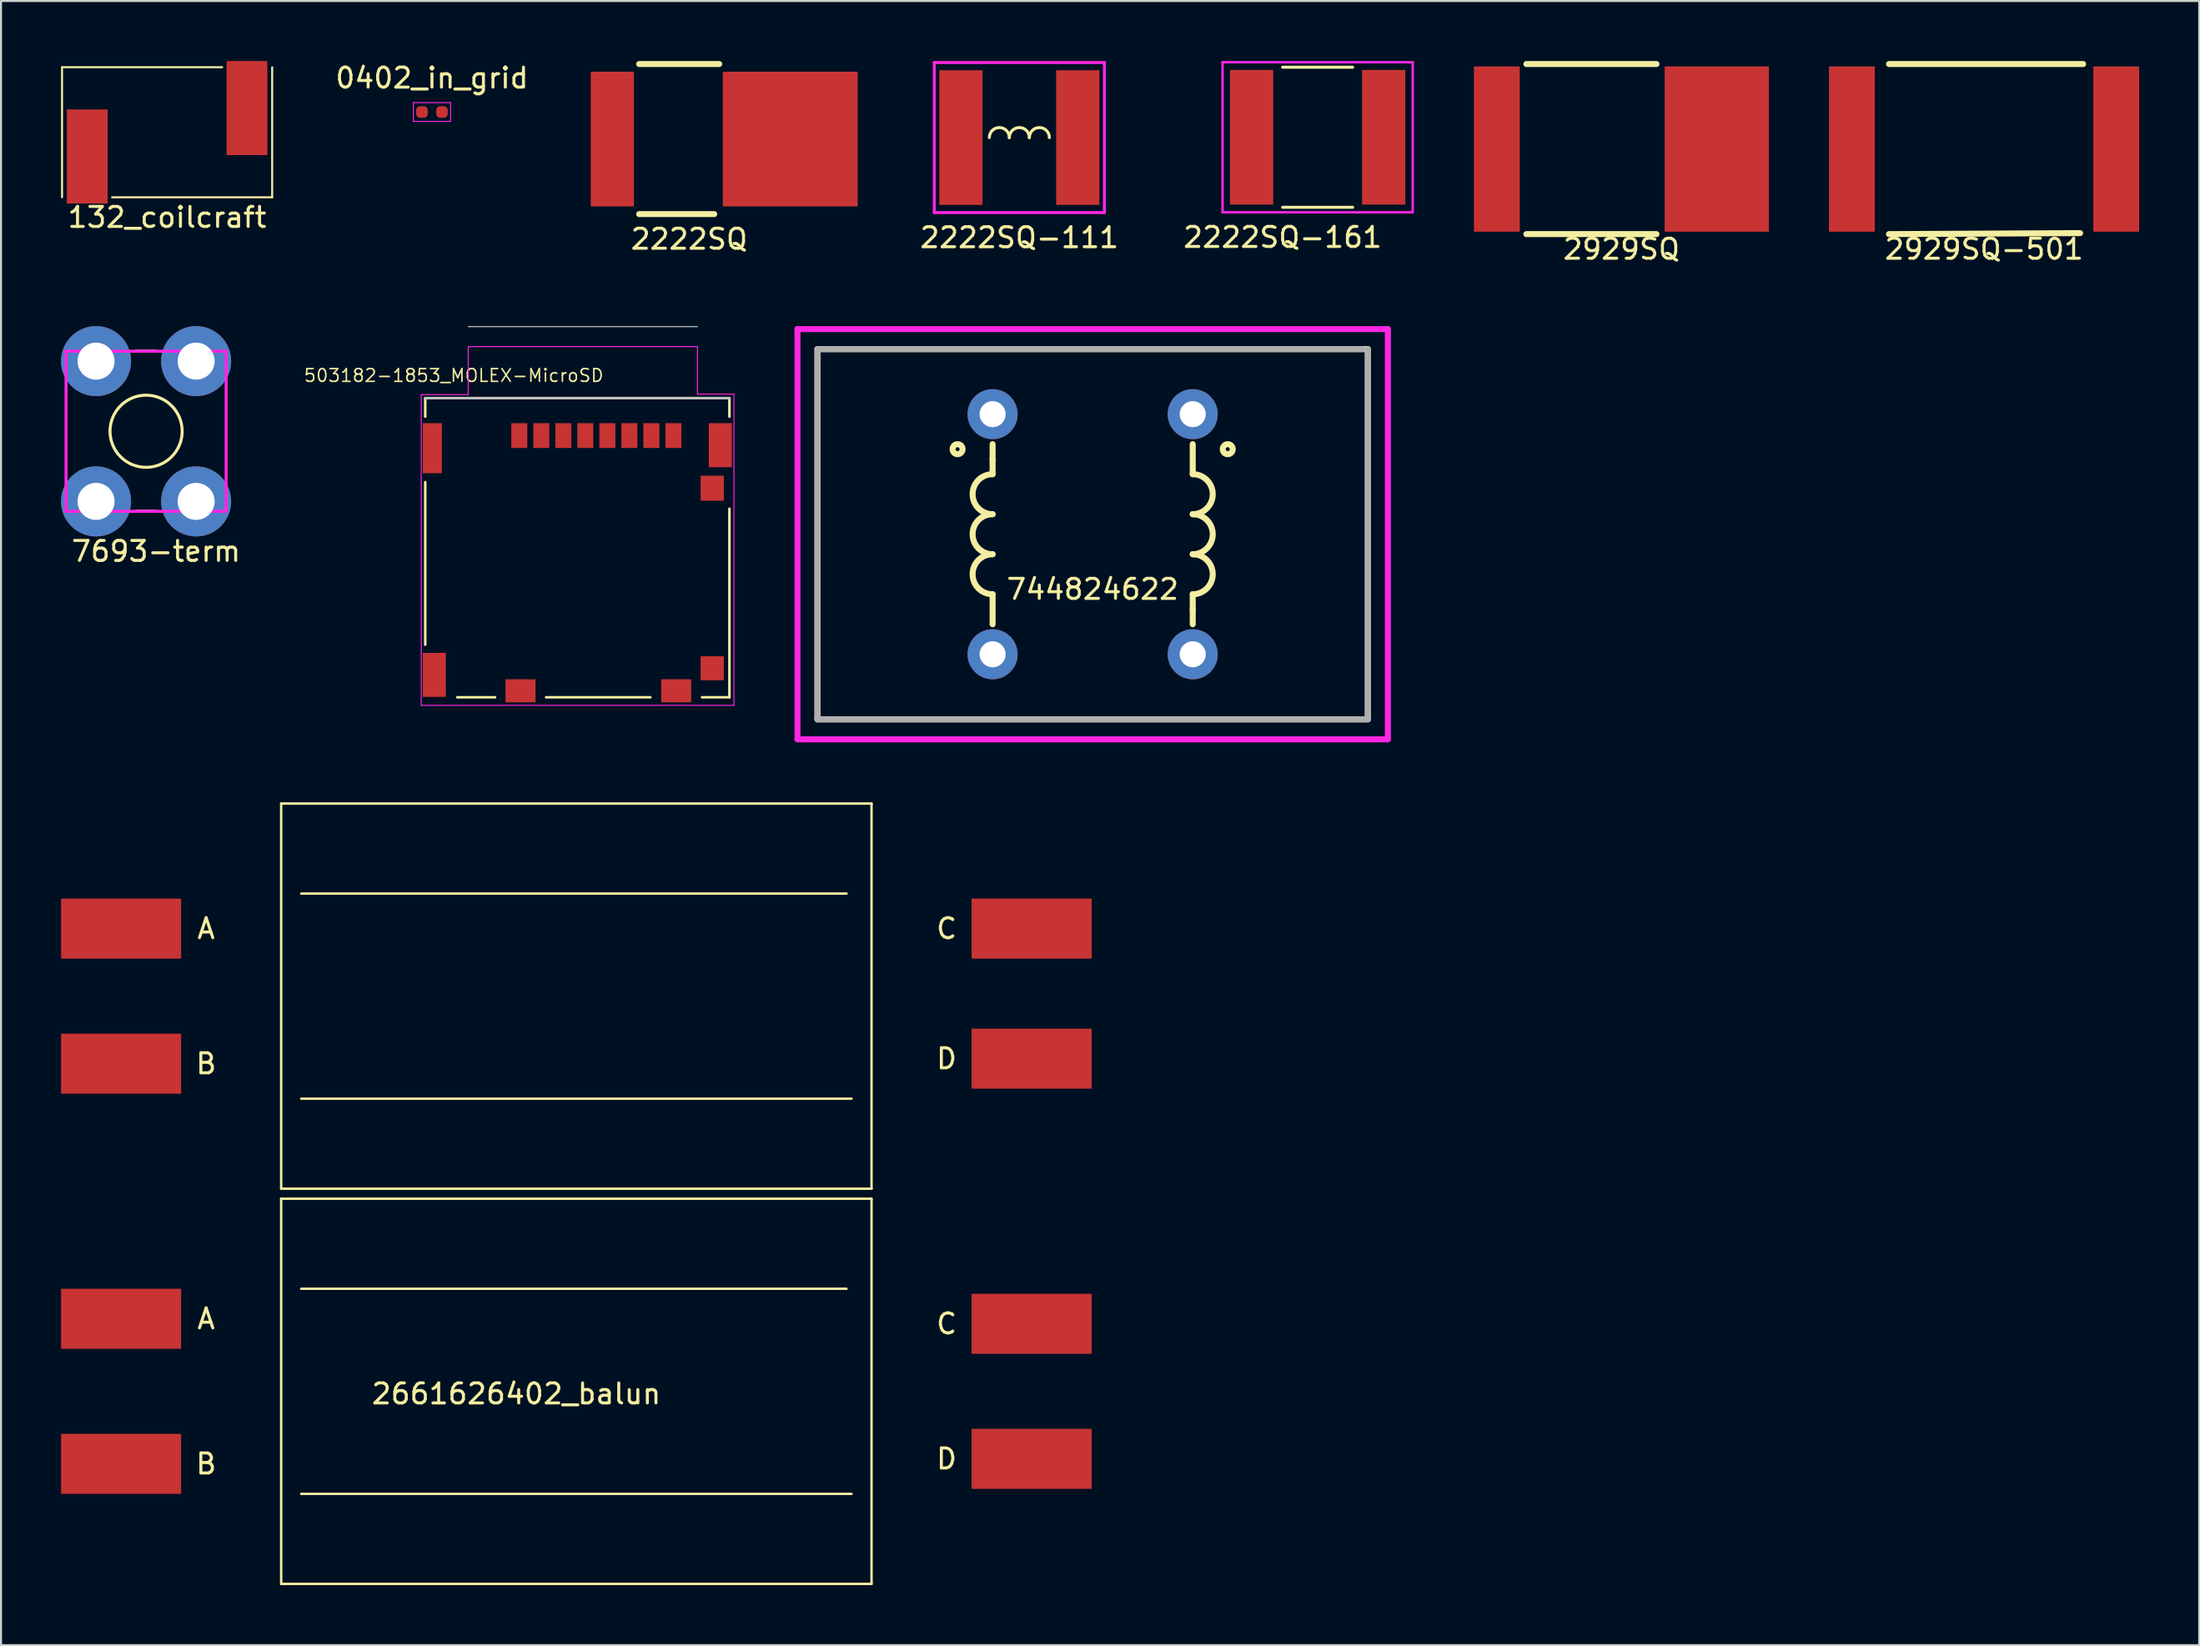
<source format=kicad_pcb>
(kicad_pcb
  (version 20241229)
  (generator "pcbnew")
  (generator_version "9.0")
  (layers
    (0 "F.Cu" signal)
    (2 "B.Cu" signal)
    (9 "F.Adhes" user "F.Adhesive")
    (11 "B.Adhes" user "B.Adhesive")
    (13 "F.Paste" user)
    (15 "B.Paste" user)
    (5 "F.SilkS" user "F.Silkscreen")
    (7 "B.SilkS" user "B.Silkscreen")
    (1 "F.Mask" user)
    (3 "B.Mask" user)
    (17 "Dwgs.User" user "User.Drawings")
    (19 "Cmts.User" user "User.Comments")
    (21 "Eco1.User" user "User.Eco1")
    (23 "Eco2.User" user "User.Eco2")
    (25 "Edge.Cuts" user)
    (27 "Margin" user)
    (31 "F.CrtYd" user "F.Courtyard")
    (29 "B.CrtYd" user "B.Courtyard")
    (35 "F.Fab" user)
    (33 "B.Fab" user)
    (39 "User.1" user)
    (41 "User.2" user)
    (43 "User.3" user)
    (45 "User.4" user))
  (footprint "2222SQ-111"
    (layer "F.Cu")
    (at 47.886 3.825)
    (property "Reference" "2222SQ-111" (at 0 5 0) (layer "F.SilkS") (effects (font (size 1 1) (thickness 0.15))))
    (attr through_hole)
    (fp_arc (start -1.5 0) (mid -1 -0.5) (end -0.5 0) (stroke (width 0.15) (type solid)) (layer "F.SilkS"))
    (fp_arc (start -0.5 0) (mid 0 -0.5) (end 0.5 0) (stroke (width 0.15) (type solid)) (layer "F.SilkS"))
    (fp_arc (start 0.5 0) (mid 1 -0.5) (end 1.5 0) (stroke (width 0.15) (type solid)) (layer "F.SilkS"))
    (fp_line (start -4.25 -3.75) (end -4.25 3.75) (stroke (width 0.15) (type solid)) (layer "F.CrtYd"))
    (fp_line (start -4.25 3.75) (end 4.25 3.75) (stroke (width 0.15) (type solid)) (layer "F.CrtYd"))
    (fp_line (start 4.25 -3.75) (end -4.25 -3.75) (stroke (width 0.15) (type solid)) (layer "F.CrtYd"))
    (fp_line (start 4.25 3.75) (end 4.25 -3.75) (stroke (width 0.15) (type solid)) (layer "F.CrtYd"))
    (pad "1" smd rect (at -2.92 0) (size 2.16 6.73) (layers "F.Cu" "F.Mask" "F.Paste"))
    (pad "2" smd rect (at 2.92 0) (size 2.16 6.73) (layers "F.Cu" "F.Mask" "F.Paste")))
  (footprint "2929SQ"
    (layer "F.Cu")
    (at 77.971 4.4)
    (property "Reference" "2929SQ" (at 0 5 0) (layer "F.SilkS") (effects (font (size 1 1) (thickness 0.15))))
    (attr through_hole)
    (fp_line (start -4.75 -4.25) (end 1.75 -4.25) (stroke (width 0.3) (type solid)) (layer "F.SilkS"))
    (fp_line (start -4.75 4.25) (end 1.75 4.25) (stroke (width 0.3) (type solid)) (layer "F.SilkS"))
    (pad "1" smd rect (at -6.225 0) (size 2.29 8.26) (layers "F.Cu" "F.Mask" "F.Paste"))
    (pad "2" smd rect (at 4.765 0) (size 5.21 8.26) (layers "F.Cu" "F.Mask" "F.Paste")))
  (footprint "2929SQ-501"
    (layer "F.Cu")
    (at 96.091 4.4)
    (property "Reference" "2929SQ-501" (at 0 5 0) (layer "F.SilkS") (effects (font (size 1 1) (thickness 0.15))))
    (attr through_hole)
    (fp_line (start -4.75 -4.25) (end 4.95 -4.25) (stroke (width 0.3) (type solid)) (layer "F.SilkS"))
    (fp_line (start -4.75 4.25) (end 4.8 4.2) (stroke (width 0.3) (type solid)) (layer "F.SilkS"))
    (pad "1" smd rect (at -6.605 0) (size 2.29 8.26) (layers "F.Cu" "F.Mask" "F.Paste"))
    (pad "2" smd rect (at 6.605 0) (size 2.29 8.26) (layers "F.Cu" "F.Mask" "F.Paste")))
  (footprint "0402_in_grid"
    (layer "F.Cu")
    (at 18.535 2.548)
    (property "Reference" "0402_in_grid" (at 0 -1.7 0) (layer "F.SilkS") (effects (font (size 1 1) (thickness 0.15))))
    (attr smd)
    (fp_line (start -0.93 -0.47) (end -0.93 0.47) (stroke (width 0.05) (type solid)) (layer "F.CrtYd"))
    (fp_line (start -0.93 -0.47) (end 0.93 -0.47) (stroke (width 0.05) (type solid)) (layer "F.CrtYd"))
    (fp_line (start -0.93 0.47) (end 0.93 0.47) (stroke (width 0.05) (type solid)) (layer "F.CrtYd"))
    (fp_line (start 0.93 -0.47) (end 0.93 0.47) (stroke (width 0.05) (type solid)) (layer "F.CrtYd"))
    (pad "1" smd roundrect (at -0.5 0) (size 0.58 0.58) (layers "F.Cu" "F.Mask" "F.Paste") (roundrect_rratio 0.35))
    (pad "2" smd roundrect (at 0.5 0) (size 0.58 0.58) (layers "F.Cu" "F.Mask" "F.Paste") (roundrect_rratio 0.35)))
  (footprint "2222SQ-161"
    (layer "F.Cu")
    (at 62.791 3.81)
    (property "Reference" "2222SQ-161" (at -1.75 5 0) (layer "F.SilkS") (effects (font (size 1 1) (thickness 0.15))))
    (attr through_hole)
    (fp_line (start -1.75 -3.5) (end 1.75 -3.5) (stroke (width 0.15) (type solid)) (layer "F.SilkS"))
    (fp_line (start -1.75 3.5) (end 1.75 3.5) (stroke (width 0.15) (type solid)) (layer "F.SilkS"))
    (fp_line (start -4.75 -3.75) (end 4.75 -3.75) (stroke (width 0.12) (type solid)) (layer "F.CrtYd"))
    (fp_line (start -4.75 3.75) (end -4.75 -3.75) (stroke (width 0.12) (type solid)) (layer "F.CrtYd"))
    (fp_line (start 4.75 -3.75) (end 4.75 3.75) (stroke (width 0.12) (type solid)) (layer "F.CrtYd"))
    (fp_line (start 4.75 3.75) (end -4.75 3.75) (stroke (width 0.12) (type solid)) (layer "F.CrtYd"))
    (pad "1" smd rect (at -3.3 0) (size 2.16 6.73) (layers "F.Cu" "F.Mask" "F.Paste"))
    (pad "2" smd rect (at 3.3 0) (size 2.16 6.73) (layers "F.Cu" "F.Mask" "F.Paste")))
  (footprint "503182-1853_MOLEX-MicroSD"
    (layer "F.Cu")
    (at 25.799 24.323)
    (property "Reference" "503182-1853_MOLEX-MicroSD" (at -6.175 -8.607 180) (layer "F.SilkS") (effects (font (size 0.635 0.635) (thickness 0.076))))
    (attr smd)
    (fp_line (start -7.6 -7.475) (end 7.6 -7.475) (stroke (width 0.127) (type solid)) (layer "F.SilkS"))
    (fp_line (start -7.6 -6.55) (end -7.6 -7.475) (stroke (width 0.127) (type solid)) (layer "F.SilkS"))
    (fp_line (start -7.6 -3.28) (end -7.6 4.85) (stroke (width 0.127) (type solid)) (layer "F.SilkS"))
    (fp_line (start -6 7.475) (end -4.11 7.475) (stroke (width 0.127) (type solid)) (layer "F.SilkS"))
    (fp_line (start -1.56 7.475) (end 3.65 7.475) (stroke (width 0.127) (type solid)) (layer "F.SilkS"))
    (fp_line (start 7.6 -7.475) (end 7.6 -6.55) (stroke (width 0.127) (type solid)) (layer "F.SilkS"))
    (fp_line (start 7.6 -1.95) (end 7.6 7.475) (stroke (width 0.127) (type solid)) (layer "F.SilkS"))
    (fp_line (start 7.6 7.475) (end 6.23 7.475) (stroke (width 0.127) (type solid)) (layer "F.SilkS"))
    (fp_line (start -7.6 -7.475) (end 7.6 -7.475) (stroke (width 0.127) (type solid)) (layer "Dwgs.User"))
    (fp_line (start -5.45 -11.05) (end 6 -11.05) (stroke (width 0.05) (type solid)) (layer "Dwgs.User"))
    (fp_line (start -7.8 -7.65) (end -7.8 7.875) (stroke (width 0.05) (type solid)) (layer "F.CrtYd"))
    (fp_line (start -7.8 7.875) (end 7.825 7.875) (stroke (width 0.05) (type solid)) (layer "F.CrtYd"))
    (fp_line (start -5.45 -10.05) (end -5.45 -7.65) (stroke (width 0.05) (type solid)) (layer "F.CrtYd"))
    (fp_line (start -5.45 -7.65) (end -7.8 -7.65) (stroke (width 0.05) (type solid)) (layer "F.CrtYd"))
    (fp_line (start 6 -10.05) (end -5.45 -10.05) (stroke (width 0.05) (type solid)) (layer "F.CrtYd"))
    (fp_line (start 6 -7.675) (end 6 -10.05) (stroke (width 0.05) (type solid)) (layer "F.CrtYd"))
    (fp_line (start 7.825 -7.675) (end 6 -7.675) (stroke (width 0.05) (type solid)) (layer "F.CrtYd"))
    (fp_line (start 7.825 7.875) (end 7.825 -7.675) (stroke (width 0.05) (type solid)) (layer "F.CrtYd"))
    (pad "1" smd rect (at -2.9 -5.605 90) (size 1.24 0.8) (layers "F.Cu" "F.Mask" "F.Paste"))
    (pad "2" smd rect (at -1.8 -5.605 90) (size 1.24 0.8) (layers "F.Cu" "F.Mask" "F.Paste"))
    (pad "3" smd rect (at -0.7 -5.605 90) (size 1.24 0.8) (layers "F.Cu" "F.Mask" "F.Paste"))
    (pad "4" smd rect (at 0.4 -5.605 90) (size 1.24 0.8) (layers "F.Cu" "F.Mask" "F.Paste"))
    (pad "5" smd rect (at 1.5 -5.605 90) (size 1.24 0.8) (layers "F.Cu" "F.Mask" "F.Paste"))
    (pad "6" smd rect (at 2.6 -5.605 90) (size 1.24 0.8) (layers "F.Cu" "F.Mask" "F.Paste"))
    (pad "7" smd rect (at 3.7 -5.605 90) (size 1.24 0.8) (layers "F.Cu" "F.Mask" "F.Paste"))
    (pad "8" smd rect (at 4.8 -5.605 90) (size 1.24 0.8) (layers "F.Cu" "F.Mask" "F.Paste"))
    (pad "DET_T" smd rect (at 6.74 6.025 90) (size 1.2 1.16) (layers "F.Cu" "F.Mask" "F.Paste"))
    (pad "SH1" smd rect (at -7.245 -4.975 90) (size 2.5 0.95) (layers "F.Cu" "F.Mask" "F.Paste"))
    (pad "SH2" smd rect (at 7.145 -5.125 90) (size 2.2 1.15) (layers "F.Cu" "F.Mask" "F.Paste"))
    (pad "SH3" smd rect (at 4.94 7.15 180) (size 1.5 1.15) (layers "F.Cu" "F.Mask" "F.Paste"))
    (pad "SH4" smd rect (at -2.84 7.15 180) (size 1.5 1.15) (layers "F.Cu" "F.Mask" "F.Paste"))
    (pad "SH5" smd rect (at -7.145 6.355 90) (size 2.2 1.15) (layers "F.Cu" "F.Mask" "F.Paste"))
    (pad "SW_T" smd rect (at 6.74 -2.975 90) (size 1.25 1.16) (layers "F.Cu" "F.Mask" "F.Paste")))
  (footprint "744824622"
    (layer "F.Cu")
    (at 51.549 23.648)
    (property "Reference" "744824622" (at 0 2.75 0) (layer "F.SilkS") (effects (font (size 1 1) (thickness 0.15))))
    (attr through_hole)
    (fp_line (start -13.75 -9.25) (end 13.75 -9.25) (stroke (width 0.3) (type solid)) (layer "F.SilkS"))
    (fp_line (start -13.75 9.25) (end -13.75 -9.25) (stroke (width 0.3) (type solid)) (layer "F.SilkS"))
    (fp_line (start -5 -4.5) (end -5 -3.75) (stroke (width 0.3) (type solid)) (layer "F.SilkS"))
    (fp_line (start -5 -3.75) (end -5 -3) (stroke (width 0.3) (type solid)) (layer "F.SilkS"))
    (fp_line (start -5 3) (end -5 4.5) (stroke (width 0.3) (type solid)) (layer "F.SilkS"))
    (fp_line (start 5 -3) (end 5 -4.5) (stroke (width 0.3) (type solid)) (layer "F.SilkS"))
    (fp_line (start 5 3.75) (end 5 3) (stroke (width 0.3) (type solid)) (layer "F.SilkS"))
    (fp_line (start 5 4.5) (end 5 3.75) (stroke (width 0.3) (type solid)) (layer "F.SilkS"))
    (fp_line (start 13.75 -9.25) (end 13.75 9.25) (stroke (width 0.3) (type solid)) (layer "F.SilkS"))
    (fp_line (start 13.75 9.25) (end -13.75 9.25) (stroke (width 0.3) (type solid)) (layer "F.SilkS"))
    (fp_arc (start -5 -1) (mid -6 -2) (end -5 -3) (stroke (width 0.3) (type solid)) (layer "F.SilkS"))
    (fp_arc (start -5 1) (mid -6 0) (end -5 -1) (stroke (width 0.3) (type solid)) (layer "F.SilkS"))
    (fp_arc (start -5 3) (mid -6 2) (end -5 1) (stroke (width 0.3) (type solid)) (layer "F.SilkS"))
    (fp_arc (start 5 -3) (mid 6 -2) (end 5 -1) (stroke (width 0.3) (type solid)) (layer "F.SilkS"))
    (fp_arc (start 5 -1) (mid 6 0) (end 5 1) (stroke (width 0.3) (type solid)) (layer "F.SilkS"))
    (fp_arc (start 5 1) (mid 6 2) (end 5 3) (stroke (width 0.3) (type solid)) (layer "F.SilkS"))
    (fp_circle (center -6.75 -4.25) (end -6.5 -4.25) (stroke (width 0.3) (type solid)) (fill no) (layer "F.SilkS"))
    (fp_circle (center 6.75 -4.25) (end 6.75 -4) (stroke (width 0.3) (type solid)) (fill no) (layer "F.SilkS"))
    (fp_line (start -14.75 -10.25) (end -14.75 10.25) (stroke (width 0.3) (type solid)) (layer "F.CrtYd"))
    (fp_line (start -14.75 10.25) (end 14.75 10.25) (stroke (width 0.3) (type solid)) (layer "F.CrtYd"))
    (fp_line (start 14.75 -10.25) (end -14.75 -10.25) (stroke (width 0.3) (type solid)) (layer "F.CrtYd"))
    (fp_line (start 14.75 10.25) (end 14.75 -10.25) (stroke (width 0.3) (type solid)) (layer "F.CrtYd"))
    (fp_line (start -13.75 -9.25) (end 13.5 -9.25) (stroke (width 0.3) (type solid)) (layer "F.Fab"))
    (fp_line (start -13.75 9.25) (end -13.75 -9.25) (stroke (width 0.3) (type solid)) (layer "F.Fab"))
    (fp_line (start 13.75 -9.25) (end 13.75 9.25) (stroke (width 0.3) (type solid)) (layer "F.Fab"))
    (fp_line (start 13.75 9.25) (end -13.75 9.25) (stroke (width 0.3) (type solid)) (layer "F.Fab"))
    (pad "1" thru_hole circle (at -5 -6) (size 2.5 2.5) (drill 1.3) (layers "*.Cu" "*.Mask"))
    (pad "2" thru_hole circle (at -5 6) (size 2.5 2.5) (drill 1.3) (layers "*.Cu" "*.Mask"))
    (pad "3" thru_hole circle (at 5 -6) (size 2.5 2.5) (drill 1.3) (layers "*.Cu" "*.Mask"))
    (pad "4" thru_hole circle (at 5 6) (size 2.5 2.5) (drill 1.3) (layers "*.Cu" "*.Mask")))
  (footprint "7693-term"
    (layer "F.Cu")
    (at 4.25 18.503)
    (property "Reference" "7693-term" (at 0.5 6 0) (layer "F.SilkS") (effects (font (size 1 1) (thickness 0.15))))
    (attr through_hole)
    (fp_line (start -0.5 -4) (end 0.5 -4) (stroke (width 0.15) (type solid)) (layer "F.SilkS"))
    (fp_line (start -0.5 4) (end 0.5 4) (stroke (width 0.15) (type solid)) (layer "F.SilkS"))
    (fp_circle (center 0 0) (end 1 1.5) (stroke (width 0.15) (type solid)) (fill no) (layer "F.SilkS"))
    (fp_line (start -4 -4) (end -4 4) (stroke (width 0.15) (type solid)) (layer "F.CrtYd"))
    (fp_line (start -4 4) (end 4 4) (stroke (width 0.15) (type solid)) (layer "F.CrtYd"))
    (fp_line (start 4 -4) (end -4 -4) (stroke (width 0.15) (type solid)) (layer "F.CrtYd"))
    (fp_line (start 4 4) (end 4 -4) (stroke (width 0.15) (type solid)) (layer "F.CrtYd"))
    (pad "1" thru_hole circle (at -2.5 -3.505) (size 3.5 3.5) (drill 1.85) (layers "*.Cu" "*.Mask"))
    (pad "1" thru_hole circle (at -2.5 3.505) (size 3.5 3.5) (drill 1.85) (layers "*.Cu" "*.Mask"))
    (pad "1" thru_hole circle (at 2.5 -3.505) (size 3.5 3.5) (drill 1.85) (layers "*.Cu" "*.Mask"))
    (pad "1" thru_hole circle (at 2.5 3.505) (size 3.5 3.5) (drill 1.85) (layers "*.Cu" "*.Mask")))
  (footprint "2661626402_balun"
    (layer "F.Cu")
    (at 25.75 56.608)
    (property "Reference" "2661626402_balun" (at -3 10 0) (layer "F.SilkS") (effects (font (size 1 1) (thickness 0.15))))
    (attr through_hole)
    (fp_line (start -14.75 -19.5) (end 14.75 -19.5) (stroke (width 0.12) (type solid)) (layer "F.SilkS"))
    (fp_line (start -14.75 -0.25) (end -14.75 -19.5) (stroke (width 0.12) (type solid)) (layer "F.SilkS"))
    (fp_line (start -14.75 0.25) (end 14.75 0.25) (stroke (width 0.12) (type solid)) (layer "F.SilkS"))
    (fp_line (start -14.75 19.5) (end -14.75 0.25) (stroke (width 0.12) (type solid)) (layer "F.SilkS"))
    (fp_line (start -13.75 -15) (end 13.5 -15) (stroke (width 0.12) (type solid)) (layer "F.SilkS"))
    (fp_line (start -13.75 -4.75) (end 13.75 -4.75) (stroke (width 0.12) (type solid)) (layer "F.SilkS"))
    (fp_line (start -13.75 4.75) (end 13.5 4.75) (stroke (width 0.12) (type solid)) (layer "F.SilkS"))
    (fp_line (start -13.75 15) (end 13.75 15) (stroke (width 0.12) (type solid)) (layer "F.SilkS"))
    (fp_line (start 14.75 -19.5) (end 14.75 -0.25) (stroke (width 0.12) (type solid)) (layer "F.SilkS"))
    (fp_line (start 14.75 -0.25) (end -14.75 -0.25) (stroke (width 0.12) (type solid)) (layer "F.SilkS"))
    (fp_line (start 14.75 0.25) (end 14.75 19.5) (stroke (width 0.12) (type solid)) (layer "F.SilkS"))
    (fp_line (start 14.75 19.5) (end -14.75 19.5) (stroke (width 0.12) (type solid)) (layer "F.SilkS"))
    (fp_text user "A" (at -18.5 6.25 0) (layer "F.SilkS") (effects (font (size 1 1) (thickness 0.15))))
    (fp_text user "C" (at 18.5 -13.25 0) (layer "F.SilkS") (effects (font (size 1 1) (thickness 0.15))))
    (fp_text user "A" (at -18.5 -13.25 0) (layer "F.SilkS") (effects (font (size 1 1) (thickness 0.15))))
    (fp_text user "B" (at -18.5 -6.5 0) (layer "F.SilkS") (effects (font (size 1 1) (thickness 0.15))))
    (fp_text user "C" (at 18.5 6.5 0) (layer "F.SilkS") (effects (font (size 1 1) (thickness 0.15))))
    (fp_text user "B" (at -18.5 13.5 0) (layer "F.SilkS") (effects (font (size 1 1) (thickness 0.15))))
    (fp_text user "D" (at 18.5 13.25 0) (layer "F.SilkS") (effects (font (size 1 1) (thickness 0.15))))
    (fp_text user "D" (at 18.5 -6.75 0) (layer "F.SilkS") (effects (font (size 1 1) (thickness 0.15))))
    (pad "1" smd rect (at -22.75 -13.25 270) (size 3 6) (layers "F.Cu" "F.Mask"))
    (pad "2" smd rect (at -22.75 6.25 270) (size 3 6) (layers "F.Cu" "F.Mask"))
    (pad "3" smd rect (at -22.75 -6.5 270) (size 3 6) (layers "F.Cu" "F.Mask"))
    (pad "4" smd rect (at -22.75 13.5 270) (size 3 6) (layers "F.Cu" "F.Mask"))
    (pad "5" smd rect (at 22.75 -6.75 270) (size 3 6) (layers "F.Cu" "F.Mask"))
    (pad "6" smd rect (at 22.75 13.25 270) (size 3 6) (layers "F.Cu" "F.Mask"))
    (pad "7" smd rect (at 22.75 -13.25 270) (size 3 6) (layers "F.Cu" "F.Mask"))
    (pad "8" smd rect (at 22.75 6.5 270) (size 3 6) (layers "F.Cu" "F.Mask")))
  (footprint "2222SQ"
    (layer "F.Cu")
    (at 33.139 3.9)
    (property "Reference" "2222SQ" (at -1.75 5 0) (layer "F.SilkS") (effects (font (size 1 1) (thickness 0.15))))
    (attr through_hole)
    (fp_line (start -4.25 -3.75) (end -0.25 -3.75) (stroke (width 0.3) (type solid)) (layer "F.SilkS"))
    (fp_line (start -4.25 3.75) (end -0.5 3.75) (stroke (width 0.3) (type solid)) (layer "F.SilkS"))
    (pad "1" smd rect (at -5.59 0) (size 2.16 6.73) (layers "F.Cu" "F.Mask" "F.Paste"))
    (pad "2" smd rect (at 3.3 0) (size 6.74 6.73) (layers "F.Cu" "F.Mask" "F.Paste")))
  (footprint "132_coilcraft"
    (layer "F.Cu")
    (at 5.3 3.56)
    (property "Reference" "132_coilcraft" (at 0 4.25 0) (layer "F.SilkS") (effects (font (size 1 1) (thickness 0.15))))
    (attr through_hole)
    (fp_line (start -5.25 -3.25) (end 2.75 -3.25) (stroke (width 0.1) (type solid)) (layer "F.SilkS"))
    (fp_line (start -5.25 3.25) (end -5.25 -3.25) (stroke (width 0.1) (type solid)) (layer "F.SilkS"))
    (fp_line (start 5.25 -3.25) (end 5.25 3.25) (stroke (width 0.1) (type solid)) (layer "F.SilkS"))
    (fp_line (start 5.25 3.25) (end -2.75 3.25) (stroke (width 0.1) (type solid)) (layer "F.SilkS"))
    (pad "1" smd rect (at -3.99 1.21) (size 2.04 4.7) (layers "F.Cu" "F.Mask" "F.Paste"))
    (pad "2" smd rect (at 3.99 -1.21) (size 2.04 4.7) (layers "F.Cu" "F.Mask" "F.Paste")))
  (gr_rect
    (start -3 -3)
    (end 106.841 79.168)
    (stroke (width 0.1) (type default))
    (fill no)
    (layer "Edge.Cuts")))
</source>
